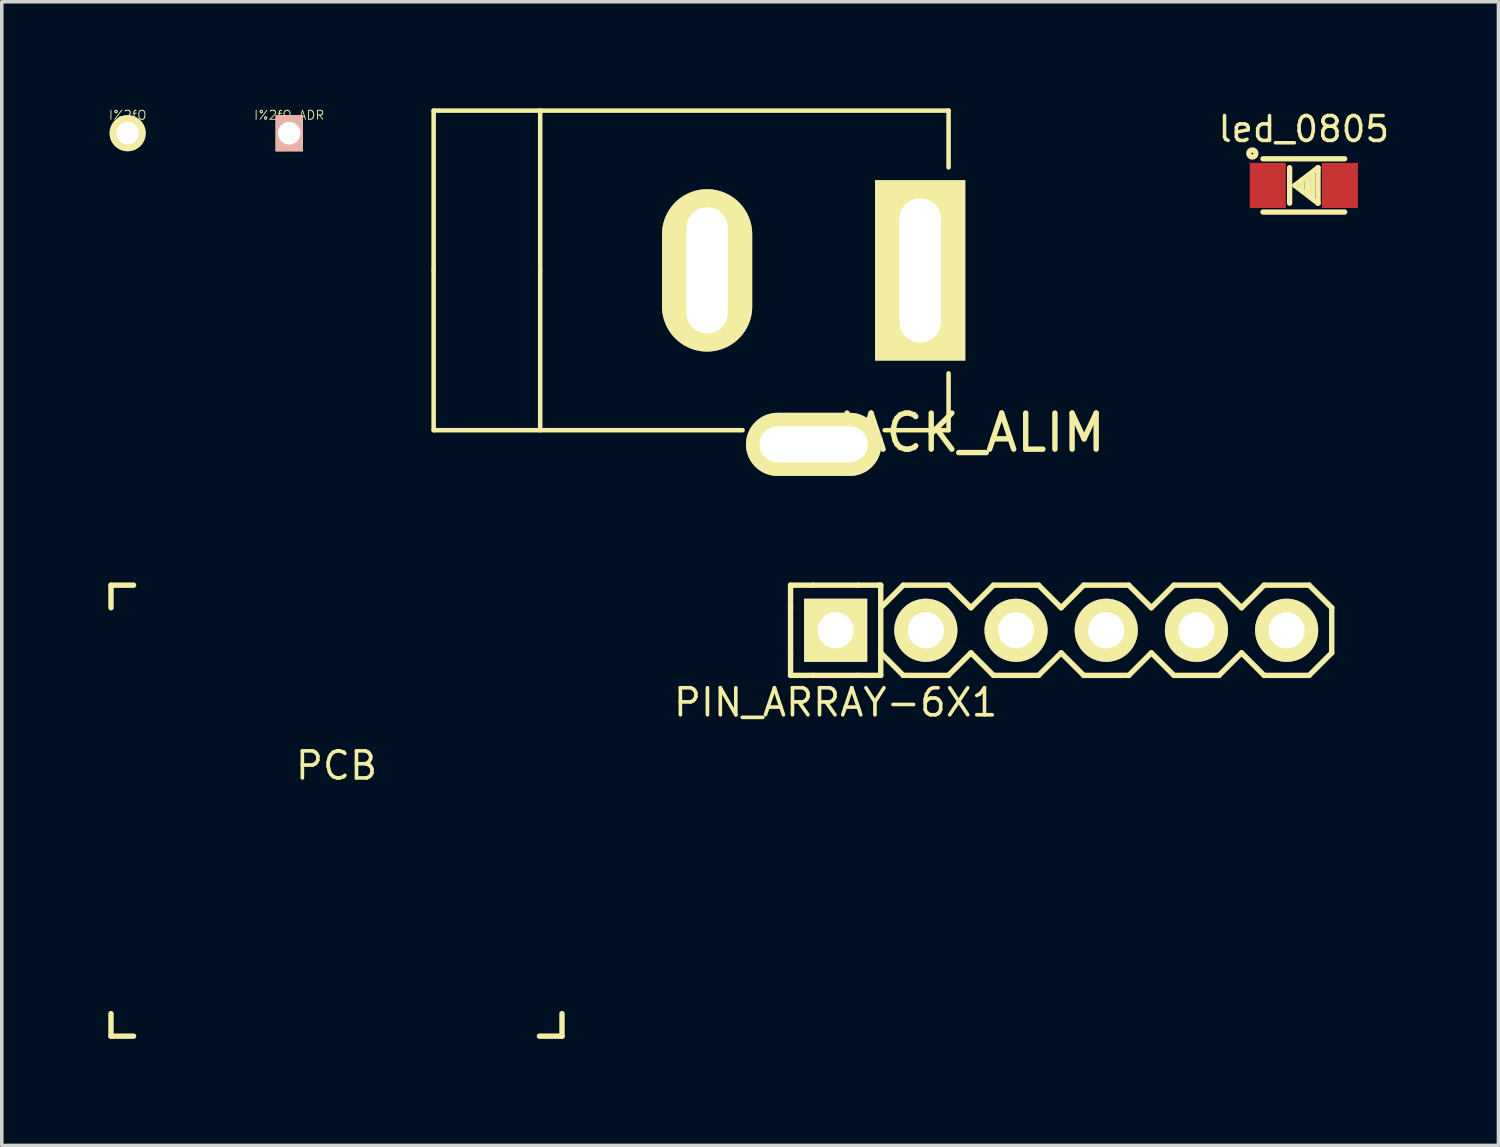
<source format=kicad_pcb>
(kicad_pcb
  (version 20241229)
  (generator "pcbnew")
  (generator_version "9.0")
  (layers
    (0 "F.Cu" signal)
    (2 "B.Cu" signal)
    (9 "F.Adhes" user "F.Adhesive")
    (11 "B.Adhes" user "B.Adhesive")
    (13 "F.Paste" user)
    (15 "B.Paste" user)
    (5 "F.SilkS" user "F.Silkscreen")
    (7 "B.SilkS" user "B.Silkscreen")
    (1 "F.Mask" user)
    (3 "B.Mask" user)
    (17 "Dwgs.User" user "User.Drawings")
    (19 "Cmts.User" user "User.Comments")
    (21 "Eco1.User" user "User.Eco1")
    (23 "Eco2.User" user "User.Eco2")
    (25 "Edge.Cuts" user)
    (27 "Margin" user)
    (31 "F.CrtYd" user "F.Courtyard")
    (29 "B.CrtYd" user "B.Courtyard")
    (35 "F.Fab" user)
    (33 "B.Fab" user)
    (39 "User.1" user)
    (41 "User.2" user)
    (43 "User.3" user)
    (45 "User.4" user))
  (footprint "PCB"
    (layer "F.Cu")
    (at 6.426 19.779)
    (property "Reference" "PCB" (at 0 -1.27 0) (layer "F.SilkS") (effects (font (size 0.762 0.762) (thickness 0.102))))
    (attr through_hole)
    (fp_line (start -6.35 -6.35) (end -5.715 -6.35) (stroke (width 0.152) (type solid)) (layer "F.SilkS"))
    (fp_line (start -6.35 -5.715) (end -6.35 -6.35) (stroke (width 0.152) (type solid)) (layer "F.SilkS"))
    (fp_line (start -6.35 6.35) (end -6.35 5.715) (stroke (width 0.152) (type solid)) (layer "F.SilkS"))
    (fp_line (start -5.715 6.35) (end -6.35 6.35) (stroke (width 0.152) (type solid)) (layer "F.SilkS"))
    (fp_line (start 6.35 5.715) (end 6.35 6.35) (stroke (width 0.152) (type solid)) (layer "F.SilkS"))
    (fp_line (start 6.35 6.35) (end 5.715 6.35) (stroke (width 0.152) (type solid)) (layer "F.SilkS")))
  (footprint "led_0805"
    (layer "F.Cu")
    (at 33.666 2.172)
    (property "Reference" "led_0805" (at 0 -1.587 0) (layer "F.SilkS") (effects (font (size 0.7 0.7) (thickness 0.1))))
    (attr smd)
    (fp_line (start -1.15 -0.75) (end 1.15 -0.75) (stroke (width 0.15) (type solid)) (layer "F.SilkS"))
    (fp_line (start -1.15 0.75) (end 1.15 0.75) (stroke (width 0.15) (type solid)) (layer "F.SilkS"))
    (fp_line (start -0.4 -0.5) (end -0.4 0.5) (stroke (width 0.15) (type solid)) (layer "F.SilkS"))
    (fp_line (start -0.25 0) (end 0.4 -0.5) (stroke (width 0.15) (type solid)) (layer "F.SilkS"))
    (fp_line (start -0.05 -0.15) (end -0.05 0.15) (stroke (width 0.15) (type solid)) (layer "F.SilkS"))
    (fp_line (start 0.1 -0.25) (end 0.1 0.25) (stroke (width 0.15) (type solid)) (layer "F.SilkS"))
    (fp_line (start 0.25 -0.35) (end 0.25 0.3) (stroke (width 0.15) (type solid)) (layer "F.SilkS"))
    (fp_line (start 0.4 -0.5) (end 0.4 0.5) (stroke (width 0.15) (type solid)) (layer "F.SilkS"))
    (fp_line (start 0.4 0.5) (end -0.25 0) (stroke (width 0.15) (type solid)) (layer "F.SilkS"))
    (fp_circle (center -1.45 -0.9) (end -1.35 -0.9) (stroke (width 0.15) (type solid)) (fill no) (layer "F.SilkS"))
    (pad "1" smd rect (at 1.016 0) (size 1.016 1.27) (layers "F.Cu" "F.Mask" "F.Paste"))
    (pad "2" smd rect (at -1.016 0) (size 1.016 1.27) (layers "F.Cu" "F.Mask" "F.Paste")))
  (footprint "I%2fO"
    (layer "F.Cu")
    (at 0.545 0.701)
    (property "Reference" "I%2fO" (at 0 -0.508 0) (layer "F.SilkS") (effects (font (size 0.254 0.254) (thickness 0.025))))
    (attr through_hole)
    (pad "1" thru_hole circle (at 0 0) (size 1.016 1.016) (drill 0.635) (layers "*.Cu" "*.Mask" "F.SilkS")))
  (footprint "PIN_ARRAY-6X1"
    (layer "F.Cu")
    (at 26.832 14.699)
    (property "Reference" "PIN_ARRAY-6X1" (at -6.35 2.032 0) (layer "F.SilkS") (effects (font (size 0.762 0.762) (thickness 0.102))))
    (attr through_hole)
    (fp_line (start -7.62 -1.27) (end -6.985 -1.27) (stroke (width 0.152) (type solid)) (layer "F.SilkS"))
    (fp_line (start -7.62 -0.635) (end -7.62 -1.27) (stroke (width 0.152) (type solid)) (layer "F.SilkS"))
    (fp_line (start -7.62 -0.635) (end -7.62 0.635) (stroke (width 0.152) (type solid)) (layer "F.SilkS"))
    (fp_line (start -7.62 0.635) (end -7.62 1.27) (stroke (width 0.152) (type solid)) (layer "F.SilkS"))
    (fp_line (start -7.62 1.27) (end -6.985 1.27) (stroke (width 0.152) (type solid)) (layer "F.SilkS"))
    (fp_line (start -6.985 1.27) (end -5.715 1.27) (stroke (width 0.152) (type solid)) (layer "F.SilkS"))
    (fp_line (start -5.715 -1.27) (end -6.985 -1.27) (stroke (width 0.152) (type solid)) (layer "F.SilkS"))
    (fp_line (start -5.715 -1.27) (end -5.144 -1.27) (stroke (width 0.152) (type solid)) (layer "F.SilkS"))
    (fp_line (start -5.144 -1.27) (end -5.08 -1.27) (stroke (width 0.152) (type solid)) (layer "F.SilkS"))
    (fp_line (start -5.08 -1.27) (end -5.08 -0.699) (stroke (width 0.152) (type solid)) (layer "F.SilkS"))
    (fp_line (start -5.08 -0.635) (end -5.08 0.635) (stroke (width 0.152) (type solid)) (layer "F.SilkS"))
    (fp_line (start -5.08 0.635) (end -5.08 1.27) (stroke (width 0.152) (type solid)) (layer "F.SilkS"))
    (fp_line (start -5.08 0.635) (end -4.445 1.27) (stroke (width 0.152) (type solid)) (layer "F.SilkS"))
    (fp_line (start -5.08 1.27) (end -5.715 1.27) (stroke (width 0.152) (type solid)) (layer "F.SilkS"))
    (fp_line (start -4.445 -1.27) (end -5.08 -0.635) (stroke (width 0.152) (type solid)) (layer "F.SilkS"))
    (fp_line (start -4.445 1.27) (end -3.175 1.27) (stroke (width 0.152) (type solid)) (layer "F.SilkS"))
    (fp_line (start -3.175 -1.27) (end -4.445 -1.27) (stroke (width 0.152) (type solid)) (layer "F.SilkS"))
    (fp_line (start -3.175 1.27) (end -2.54 0.635) (stroke (width 0.152) (type solid)) (layer "F.SilkS"))
    (fp_line (start -2.54 -0.635) (end -3.175 -1.27) (stroke (width 0.152) (type solid)) (layer "F.SilkS"))
    (fp_line (start -2.54 0.635) (end -1.905 1.27) (stroke (width 0.152) (type solid)) (layer "F.SilkS"))
    (fp_line (start -1.905 -1.27) (end -2.54 -0.635) (stroke (width 0.152) (type solid)) (layer "F.SilkS"))
    (fp_line (start -1.905 1.27) (end -0.635 1.27) (stroke (width 0.152) (type solid)) (layer "F.SilkS"))
    (fp_line (start -0.635 -1.27) (end -1.905 -1.27) (stroke (width 0.152) (type solid)) (layer "F.SilkS"))
    (fp_line (start -0.635 1.27) (end 0 0.635) (stroke (width 0.152) (type solid)) (layer "F.SilkS"))
    (fp_line (start 0 -0.635) (end -0.635 -1.27) (stroke (width 0.152) (type solid)) (layer "F.SilkS"))
    (fp_line (start 0 0.635) (end 0.635 1.27) (stroke (width 0.152) (type solid)) (layer "F.SilkS"))
    (fp_line (start 0.635 -1.27) (end 0 -0.635) (stroke (width 0.152) (type solid)) (layer "F.SilkS"))
    (fp_line (start 0.635 1.27) (end 1.905 1.27) (stroke (width 0.152) (type solid)) (layer "F.SilkS"))
    (fp_line (start 1.905 -1.27) (end 0.635 -1.27) (stroke (width 0.152) (type solid)) (layer "F.SilkS"))
    (fp_line (start 1.905 1.27) (end 2.54 0.635) (stroke (width 0.152) (type solid)) (layer "F.SilkS"))
    (fp_line (start 2.54 -0.635) (end 1.905 -1.27) (stroke (width 0.152) (type solid)) (layer "F.SilkS"))
    (fp_line (start 2.54 0.635) (end 3.175 1.27) (stroke (width 0.152) (type solid)) (layer "F.SilkS"))
    (fp_line (start 3.175 -1.27) (end 2.54 -0.635) (stroke (width 0.152) (type solid)) (layer "F.SilkS"))
    (fp_line (start 3.175 1.27) (end 4.445 1.27) (stroke (width 0.152) (type solid)) (layer "F.SilkS"))
    (fp_line (start 4.445 -1.27) (end 3.175 -1.27) (stroke (width 0.152) (type solid)) (layer "F.SilkS"))
    (fp_line (start 4.445 1.27) (end 5.08 0.635) (stroke (width 0.152) (type solid)) (layer "F.SilkS"))
    (fp_line (start 5.08 -0.635) (end 4.445 -1.27) (stroke (width 0.152) (type solid)) (layer "F.SilkS"))
    (fp_line (start 5.08 0.635) (end 5.715 1.27) (stroke (width 0.152) (type solid)) (layer "F.SilkS"))
    (fp_line (start 5.715 -1.27) (end 5.08 -0.635) (stroke (width 0.152) (type solid)) (layer "F.SilkS"))
    (fp_line (start 5.715 1.27) (end 6.985 1.27) (stroke (width 0.152) (type solid)) (layer "F.SilkS"))
    (fp_line (start 6.985 -1.27) (end 5.715 -1.27) (stroke (width 0.152) (type solid)) (layer "F.SilkS"))
    (fp_line (start 6.985 1.27) (end 7.62 0.635) (stroke (width 0.152) (type solid)) (layer "F.SilkS"))
    (fp_line (start 7.62 -0.635) (end 6.985 -1.27) (stroke (width 0.152) (type solid)) (layer "F.SilkS"))
    (fp_line (start 7.62 0.635) (end 7.62 -0.635) (stroke (width 0.152) (type solid)) (layer "F.SilkS"))
    (pad "1" thru_hole rect (at -6.35 0) (size 1.778 1.778) (drill 1.016) (layers "*.Cu" "*.Mask" "F.SilkS"))
    (pad "2" thru_hole circle (at -3.81 0) (size 1.778 1.778) (drill 1.016) (layers "*.Cu" "*.Mask" "F.SilkS"))
    (pad "3" thru_hole circle (at -1.27 0) (size 1.778 1.778) (drill 1.016) (layers "*.Cu" "*.Mask" "F.SilkS"))
    (pad "4" thru_hole circle (at 1.27 0) (size 1.778 1.778) (drill 1.016) (layers "*.Cu" "*.Mask" "F.SilkS"))
    (pad "5" thru_hole circle (at 3.81 0) (size 1.778 1.778) (drill 1.016) (layers "*.Cu" "*.Mask" "F.SilkS"))
    (pad "6" thru_hole circle (at 6.35 0) (size 1.778 1.778) (drill 1.016) (layers "*.Cu" "*.Mask" "F.SilkS")))
  (footprint "JACK_ALIM"
    (layer "F.Cu")
    (at 16.862 4.564)
    (property "Reference" "JACK_ALIM" (at 7.303 4.572 0) (layer "F.SilkS") (effects (font (size 1.016 1.016) (thickness 0.152))))
    (attr smd)
    (fp_line (start -7.7 0) (end -7.7 -4.5) (stroke (width 0.127) (type solid)) (layer "F.SilkS"))
    (fp_line (start -7.7 0) (end -7.7 4.5) (stroke (width 0.127) (type solid)) (layer "F.SilkS"))
    (fp_line (start -7.7 4.5) (end 1 4.5) (stroke (width 0.127) (type solid)) (layer "F.SilkS"))
    (fp_line (start -4.7 0) (end -4.7 -4.5) (stroke (width 0.127) (type solid)) (layer "F.SilkS"))
    (fp_line (start -4.7 0) (end -4.7 4.5) (stroke (width 0.127) (type solid)) (layer "F.SilkS"))
    (fp_line (start 5 4.5) (end 6.8 4.5) (stroke (width 0.127) (type solid)) (layer "F.SilkS"))
    (fp_line (start 6.8 -4.5) (end -7.7 -4.5) (stroke (width 0.127) (type solid)) (layer "F.SilkS"))
    (fp_line (start 6.8 -2.9) (end 6.8 -4.5) (stroke (width 0.127) (type solid)) (layer "F.SilkS"))
    (fp_line (start 6.8 4.5) (end 6.8 2.9) (stroke (width 0.127) (type solid)) (layer "F.SilkS"))
    (pad "1" thru_hole rect (at 6 0) (size 2.54 5.08) (drill oval 1.168 4.064) (layers "*.Cu" "*.Mask" "F.SilkS"))
    (pad "2" thru_hole oval (at 0 0) (size 2.54 4.572) (drill oval 1.168 3.556) (layers "*.Cu" "*.Mask" "F.SilkS"))
    (pad "3" thru_hole oval (at 3 4.9) (size 3.81 1.778) (drill oval 3.048 1.016) (layers "*.Cu" "*.Mask" "F.SilkS")))
  (footprint "I%2fO_ADR"
    (layer "F.Cu")
    (at 5.094 0.701)
    (property "Reference" "I%2fO_ADR" (at 0 -0.508 0) (layer "F.SilkS") (effects (font (size 0.254 0.254) (thickness 0.025))))
    (attr through_hole)
    (pad "1" thru_hole rect (at 0 0) (size 0.762 1.016) (drill 0.635) (layers "*.Cu" "*.SilkS" "*.Mask")))
  (gr_rect
    (start -3 -3)
    (end 39.146 29.205)
    (stroke (width 0.1) (type default))
    (fill no)
    (layer "Edge.Cuts")))
</source>
